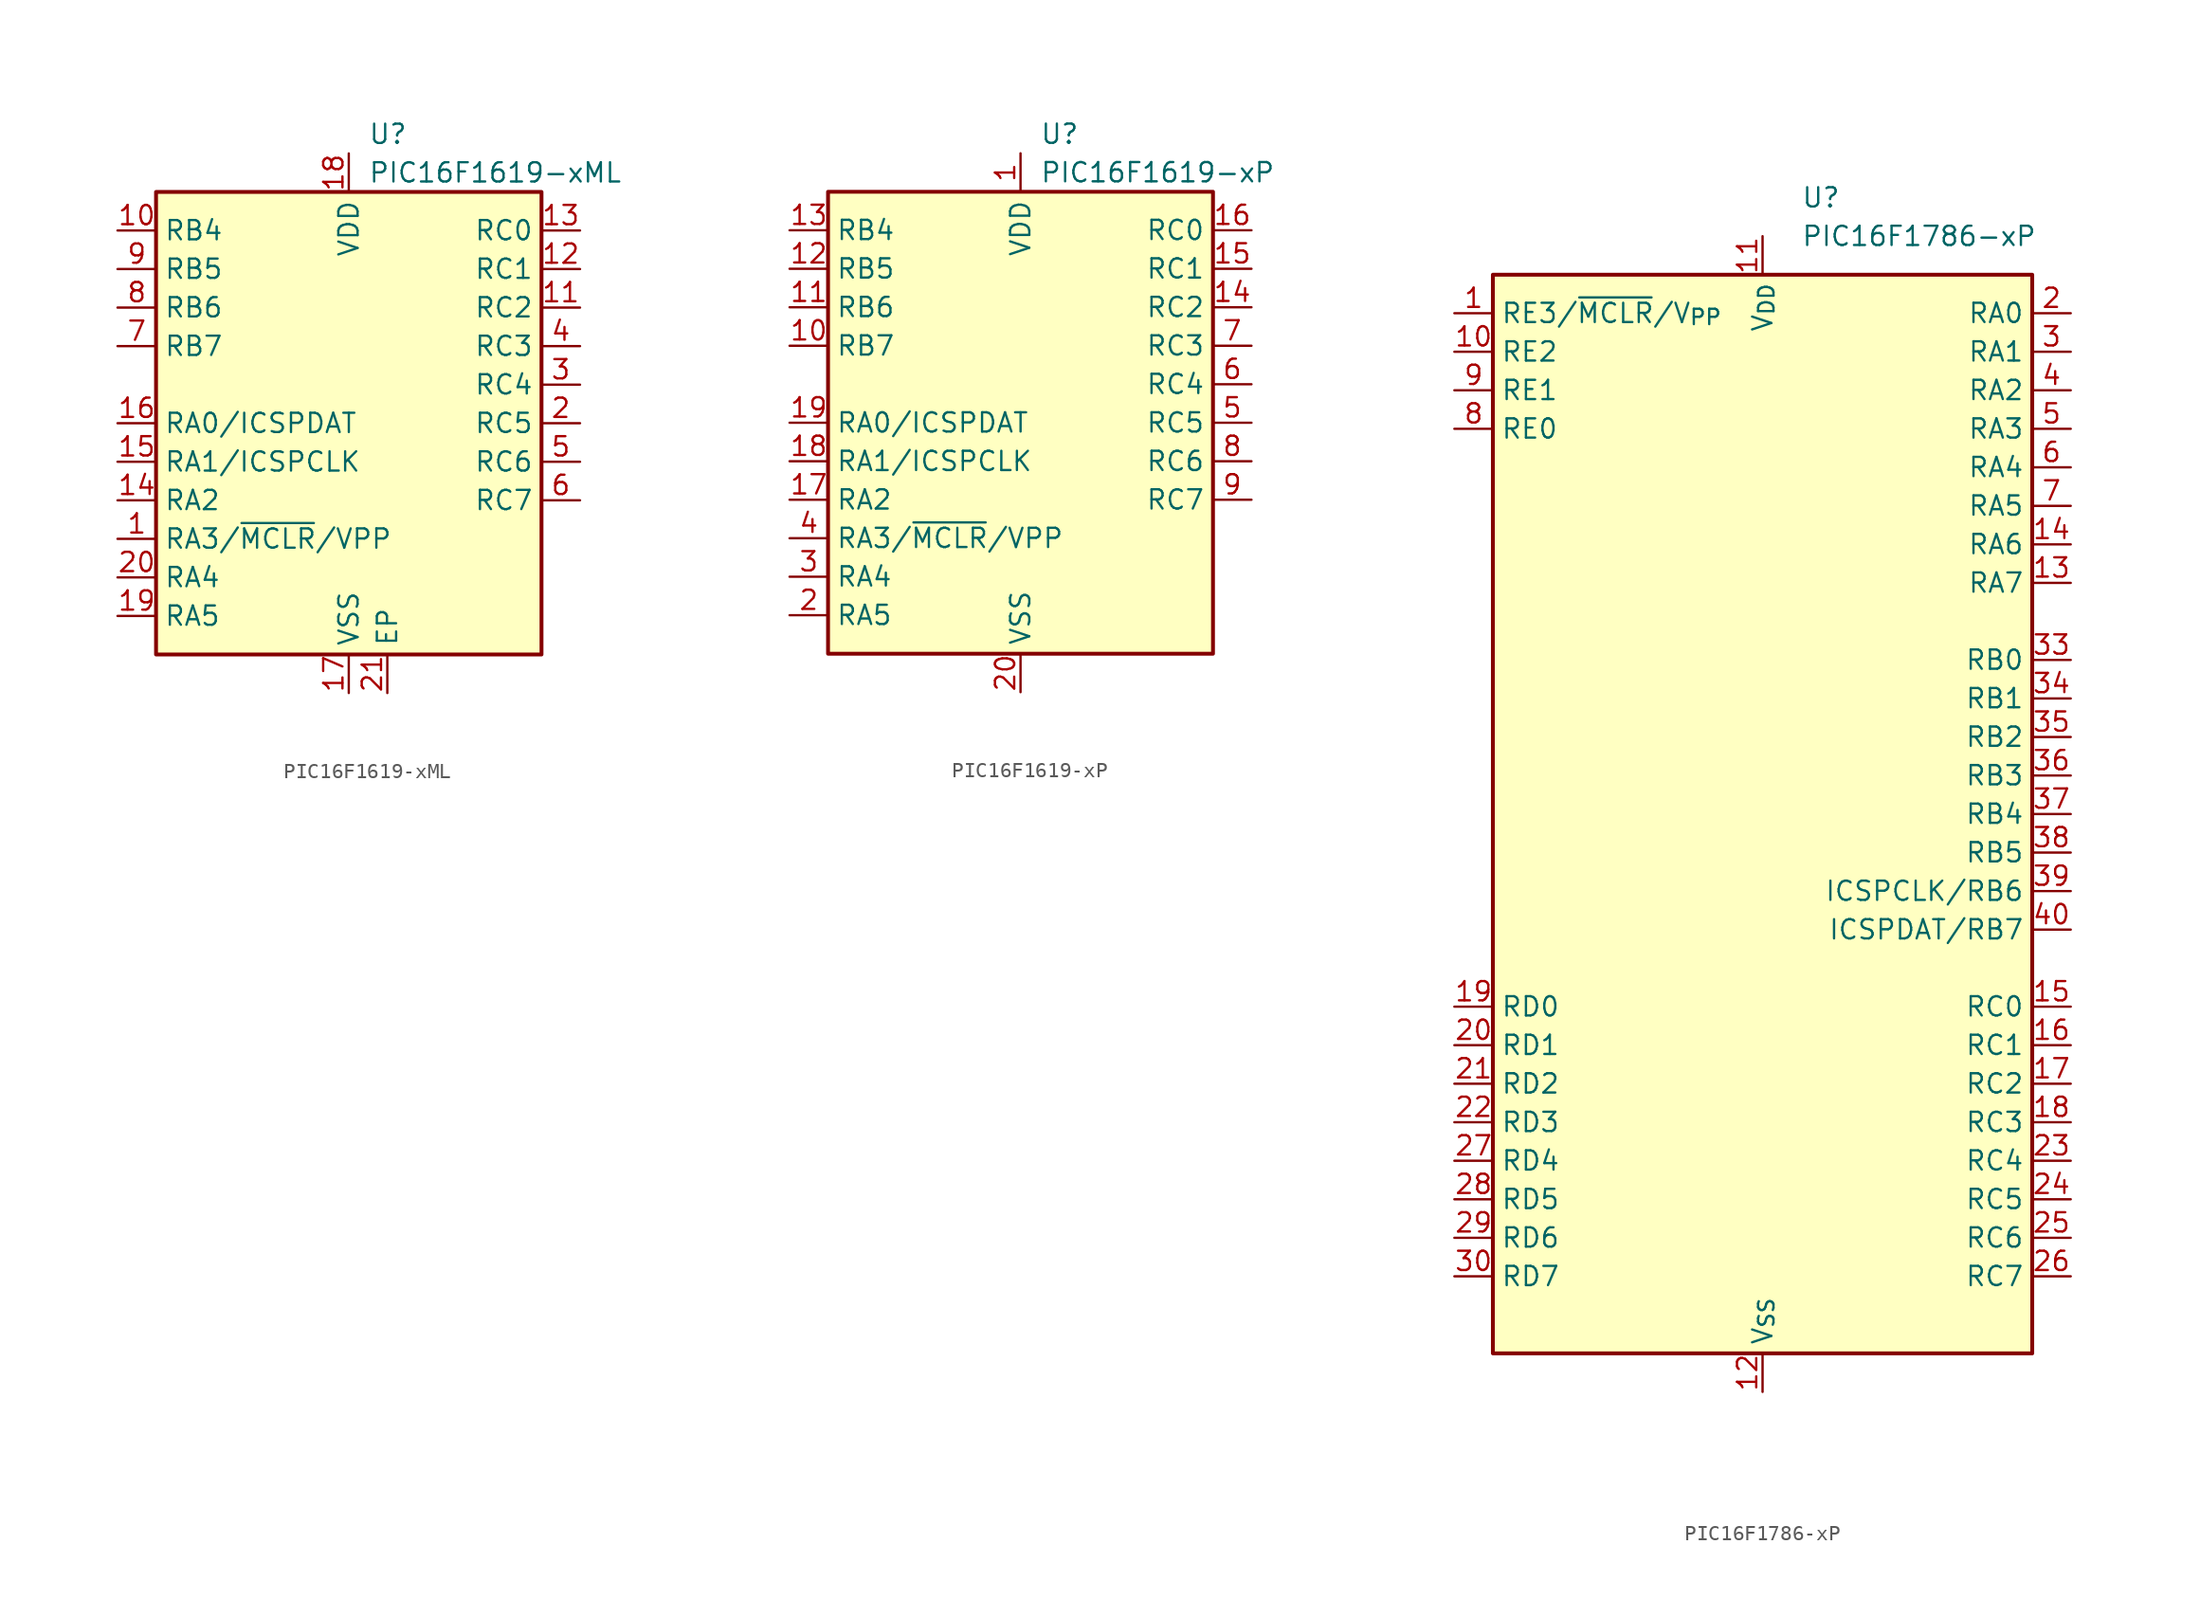
<source format=kicad_sym>
(kicad_symbol_lib
  (version 20241209)
  (generator "kicad_symbol_editor")
  (generator_version "9.0")
  (symbol "PIC16F1619-xML"
    (property "Reference" "U"
      (at 1.27 19.05 0)
      (effects (font (size 1.27 1.27)) (justify left)))
    (property "Value" "PIC16F1619-xML"
      (at 1.27 16.51 0)
      (effects (font (size 1.27 1.27)) (justify left)))
    (symbol "PIC16F1619-xML_0_0"
      (pin passive line (at 2.54 -17.78 90) (length 2.54) (name "EP" (effects (font (size 1.27 1.27)))) (number "21" (effects (font (size 1.27 1.27))))))
    (symbol "PIC16F1619-xML_0_1"
      (rectangle (start -12.7 15.24) (end 12.7 -15.24) (stroke (width 0.254) (type default)) (fill (type background))))
    (symbol "PIC16F1619-xML_1_1"
      (pin bidirectional line (at -15.24 12.7 0) (length 2.54) (name "RB4" (effects (font (size 1.27 1.27)))) (number "10" (effects (font (size 1.27 1.27)))))
      (pin bidirectional line (at -15.24 10.16 0) (length 2.54) (name "RB5" (effects (font (size 1.27 1.27)))) (number "9" (effects (font (size 1.27 1.27)))))
      (pin bidirectional line (at -15.24 7.62 0) (length 2.54) (name "RB6" (effects (font (size 1.27 1.27)))) (number "8" (effects (font (size 1.27 1.27)))))
      (pin bidirectional line (at -15.24 5.08 0) (length 2.54) (name "RB7" (effects (font (size 1.27 1.27)))) (number "7" (effects (font (size 1.27 1.27)))))
      (pin bidirectional line (at -15.24 0 0) (length 2.54) (name "RA0/ICSPDAT" (effects (font (size 1.27 1.27)))) (number "16" (effects (font (size 1.27 1.27)))))
      (pin bidirectional line (at -15.24 -2.54 0) (length 2.54) (name "RA1/ICSPCLK" (effects (font (size 1.27 1.27)))) (number "15" (effects (font (size 1.27 1.27)))))
      (pin bidirectional line (at -15.24 -5.08 0) (length 2.54) (name "RA2" (effects (font (size 1.27 1.27)))) (number "14" (effects (font (size 1.27 1.27)))))
      (pin bidirectional line (at -15.24 -7.62 0) (length 2.54) (name "RA3/~{MCLR}/VPP" (effects (font (size 1.27 1.27)))) (number "1" (effects (font (size 1.27 1.27)))))
      (pin bidirectional line (at -15.24 -10.16 0) (length 2.54) (name "RA4" (effects (font (size 1.27 1.27)))) (number "20" (effects (font (size 1.27 1.27)))))
      (pin bidirectional line (at -15.24 -12.7 0) (length 2.54) (name "RA5" (effects (font (size 1.27 1.27)))) (number "19" (effects (font (size 1.27 1.27)))))
      (pin power_in line (at 0 17.78 270) (length 2.54) (name "VDD" (effects (font (size 1.27 1.27)))) (number "18" (effects (font (size 1.27 1.27)))))
      (pin power_in line (at 0 -17.78 90) (length 2.54) (name "VSS" (effects (font (size 1.27 1.27)))) (number "17" (effects (font (size 1.27 1.27)))))
      (pin bidirectional line (at 15.24 12.7 180) (length 2.54) (name "RC0" (effects (font (size 1.27 1.27)))) (number "13" (effects (font (size 1.27 1.27)))))
      (pin bidirectional line (at 15.24 10.16 180) (length 2.54) (name "RC1" (effects (font (size 1.27 1.27)))) (number "12" (effects (font (size 1.27 1.27)))))
      (pin bidirectional line (at 15.24 7.62 180) (length 2.54) (name "RC2" (effects (font (size 1.27 1.27)))) (number "11" (effects (font (size 1.27 1.27)))))
      (pin bidirectional line (at 15.24 5.08 180) (length 2.54) (name "RC3" (effects (font (size 1.27 1.27)))) (number "4" (effects (font (size 1.27 1.27)))))
      (pin bidirectional line (at 15.24 2.54 180) (length 2.54) (name "RC4" (effects (font (size 1.27 1.27)))) (number "3" (effects (font (size 1.27 1.27)))))
      (pin bidirectional line (at 15.24 0 180) (length 2.54) (name "RC5" (effects (font (size 1.27 1.27)))) (number "2" (effects (font (size 1.27 1.27)))))
      (pin bidirectional line (at 15.24 -2.54 180) (length 2.54) (name "RC6" (effects (font (size 1.27 1.27)))) (number "5" (effects (font (size 1.27 1.27)))))
      (pin bidirectional line (at 15.24 -5.08 180) (length 2.54) (name "RC7" (effects (font (size 1.27 1.27)))) (number "6" (effects (font (size 1.27 1.27)))))))
  (symbol "PIC16F1619-xP"
    (property "Reference" "U"
      (at 1.27 19.05 0)
      (effects (font (size 1.27 1.27)) (justify left)))
    (property "Value" "PIC16F1619-xP"
      (at 1.27 16.51 0)
      (effects (font (size 1.27 1.27)) (justify left)))
    (symbol "PIC16F1619-xP_0_1"
      (rectangle (start -12.7 15.24) (end 12.7 -15.24) (stroke (width 0.254) (type default)) (fill (type background))))
    (symbol "PIC16F1619-xP_1_1"
      (pin bidirectional line (at -15.24 12.7 0) (length 2.54) (name "RB4" (effects (font (size 1.27 1.27)))) (number "13" (effects (font (size 1.27 1.27)))))
      (pin bidirectional line (at -15.24 10.16 0) (length 2.54) (name "RB5" (effects (font (size 1.27 1.27)))) (number "12" (effects (font (size 1.27 1.27)))))
      (pin bidirectional line (at -15.24 7.62 0) (length 2.54) (name "RB6" (effects (font (size 1.27 1.27)))) (number "11" (effects (font (size 1.27 1.27)))))
      (pin bidirectional line (at -15.24 5.08 0) (length 2.54) (name "RB7" (effects (font (size 1.27 1.27)))) (number "10" (effects (font (size 1.27 1.27)))))
      (pin bidirectional line (at -15.24 0 0) (length 2.54) (name "RA0/ICSPDAT" (effects (font (size 1.27 1.27)))) (number "19" (effects (font (size 1.27 1.27)))))
      (pin bidirectional line (at -15.24 -2.54 0) (length 2.54) (name "RA1/ICSPCLK" (effects (font (size 1.27 1.27)))) (number "18" (effects (font (size 1.27 1.27)))))
      (pin bidirectional line (at -15.24 -5.08 0) (length 2.54) (name "RA2" (effects (font (size 1.27 1.27)))) (number "17" (effects (font (size 1.27 1.27)))))
      (pin bidirectional line (at -15.24 -7.62 0) (length 2.54) (name "RA3/~{MCLR}/VPP" (effects (font (size 1.27 1.27)))) (number "4" (effects (font (size 1.27 1.27)))))
      (pin bidirectional line (at -15.24 -10.16 0) (length 2.54) (name "RA4" (effects (font (size 1.27 1.27)))) (number "3" (effects (font (size 1.27 1.27)))))
      (pin bidirectional line (at -15.24 -12.7 0) (length 2.54) (name "RA5" (effects (font (size 1.27 1.27)))) (number "2" (effects (font (size 1.27 1.27)))))
      (pin power_in line (at 0 17.78 270) (length 2.54) (name "VDD" (effects (font (size 1.27 1.27)))) (number "1" (effects (font (size 1.27 1.27)))))
      (pin power_in line (at 0 -17.78 90) (length 2.54) (name "VSS" (effects (font (size 1.27 1.27)))) (number "20" (effects (font (size 1.27 1.27)))))
      (pin bidirectional line (at 15.24 12.7 180) (length 2.54) (name "RC0" (effects (font (size 1.27 1.27)))) (number "16" (effects (font (size 1.27 1.27)))))
      (pin bidirectional line (at 15.24 10.16 180) (length 2.54) (name "RC1" (effects (font (size 1.27 1.27)))) (number "15" (effects (font (size 1.27 1.27)))))
      (pin bidirectional line (at 15.24 7.62 180) (length 2.54) (name "RC2" (effects (font (size 1.27 1.27)))) (number "14" (effects (font (size 1.27 1.27)))))
      (pin bidirectional line (at 15.24 5.08 180) (length 2.54) (name "RC3" (effects (font (size 1.27 1.27)))) (number "7" (effects (font (size 1.27 1.27)))))
      (pin bidirectional line (at 15.24 2.54 180) (length 2.54) (name "RC4" (effects (font (size 1.27 1.27)))) (number "6" (effects (font (size 1.27 1.27)))))
      (pin bidirectional line (at 15.24 0 180) (length 2.54) (name "RC5" (effects (font (size 1.27 1.27)))) (number "5" (effects (font (size 1.27 1.27)))))
      (pin bidirectional line (at 15.24 -2.54 180) (length 2.54) (name "RC6" (effects (font (size 1.27 1.27)))) (number "8" (effects (font (size 1.27 1.27)))))
      (pin bidirectional line (at 15.24 -5.08 180) (length 2.54) (name "RC7" (effects (font (size 1.27 1.27)))) (number "9" (effects (font (size 1.27 1.27)))))))
  (symbol "PIC16F1786-xP"
    (property "Reference" "U"
      (at 2.54 40.64 0)
      (effects (font (size 1.27 1.27)) (justify left)))
    (property "Value" "PIC16F1786-xP"
      (at 2.54 38.1 0)
      (effects (font (size 1.27 1.27)) (justify left)))
    (symbol "PIC16F1786-xP_0_1"
      (rectangle (start -17.78 35.56) (end 17.78 -35.56) (stroke (width 0.254) (type default)) (fill (type background))))
    (symbol "PIC16F1786-xP_1_1"
      (pin input line (at -20.32 33.02 0) (length 2.54) (name "RE3/~{MCLR}/V_{PP}" (effects (font (size 1.27 1.27)))) (number "1" (effects (font (size 1.27 1.27)))))
      (pin bidirectional line (at -20.32 30.48 0) (length 2.54) (name "RE2" (effects (font (size 1.27 1.27)))) (number "10" (effects (font (size 1.27 1.27)))))
      (pin bidirectional line (at -20.32 27.94 0) (length 2.54) (name "RE1" (effects (font (size 1.27 1.27)))) (number "9" (effects (font (size 1.27 1.27)))))
      (pin bidirectional line (at -20.32 25.4 0) (length 2.54) (name "RE0" (effects (font (size 1.27 1.27)))) (number "8" (effects (font (size 1.27 1.27)))))
      (pin bidirectional line (at -20.32 -12.7 0) (length 2.54) (name "RD0" (effects (font (size 1.27 1.27)))) (number "19" (effects (font (size 1.27 1.27)))))
      (pin bidirectional line (at -20.32 -15.24 0) (length 2.54) (name "RD1" (effects (font (size 1.27 1.27)))) (number "20" (effects (font (size 1.27 1.27)))))
      (pin bidirectional line (at -20.32 -17.78 0) (length 2.54) (name "RD2" (effects (font (size 1.27 1.27)))) (number "21" (effects (font (size 1.27 1.27)))))
      (pin bidirectional line (at -20.32 -20.32 0) (length 2.54) (name "RD3" (effects (font (size 1.27 1.27)))) (number "22" (effects (font (size 1.27 1.27)))))
      (pin bidirectional line (at -20.32 -22.86 0) (length 2.54) (name "RD4" (effects (font (size 1.27 1.27)))) (number "27" (effects (font (size 1.27 1.27)))))
      (pin bidirectional line (at -20.32 -25.4 0) (length 2.54) (name "RD5" (effects (font (size 1.27 1.27)))) (number "28" (effects (font (size 1.27 1.27)))))
      (pin bidirectional line (at -20.32 -27.94 0) (length 2.54) (name "RD6" (effects (font (size 1.27 1.27)))) (number "29" (effects (font (size 1.27 1.27)))))
      (pin bidirectional line (at -20.32 -30.48 0) (length 2.54) (name "RD7" (effects (font (size 1.27 1.27)))) (number "30" (effects (font (size 1.27 1.27)))))
      (pin power_in line (at 0 38.1 270) (length 2.54) (name "V_{DD}" (effects (font (size 1.27 1.27)))) (number "11" (effects (font (size 1.27 1.27)))))
      (pin passive line (at 0 38.1 270) (length 2.54) (hide yes) (name "V_{DD}" (effects (font (size 1.27 1.27)))) (number "32" (effects (font (size 1.27 1.27)))))
      (pin power_in line (at 0 -38.1 90) (length 2.54) (name "V_{SS}" (effects (font (size 1.27 1.27)))) (number "12" (effects (font (size 1.27 1.27)))))
      (pin passive line (at 0 -38.1 90) (length 2.54) (hide yes) (name "V_{SS}" (effects (font (size 1.27 1.27)))) (number "31" (effects (font (size 1.27 1.27)))))
      (pin bidirectional line (at 20.32 33.02 180) (length 2.54) (name "RA0" (effects (font (size 1.27 1.27)))) (number "2" (effects (font (size 1.27 1.27)))))
      (pin bidirectional line (at 20.32 30.48 180) (length 2.54) (name "RA1" (effects (font (size 1.27 1.27)))) (number "3" (effects (font (size 1.27 1.27)))))
      (pin bidirectional line (at 20.32 27.94 180) (length 2.54) (name "RA2" (effects (font (size 1.27 1.27)))) (number "4" (effects (font (size 1.27 1.27)))))
      (pin bidirectional line (at 20.32 25.4 180) (length 2.54) (name "RA3" (effects (font (size 1.27 1.27)))) (number "5" (effects (font (size 1.27 1.27)))))
      (pin bidirectional line (at 20.32 22.86 180) (length 2.54) (name "RA4" (effects (font (size 1.27 1.27)))) (number "6" (effects (font (size 1.27 1.27)))))
      (pin bidirectional line (at 20.32 20.32 180) (length 2.54) (name "RA5" (effects (font (size 1.27 1.27)))) (number "7" (effects (font (size 1.27 1.27)))))
      (pin bidirectional line (at 20.32 17.78 180) (length 2.54) (name "RA6" (effects (font (size 1.27 1.27)))) (number "14" (effects (font (size 1.27 1.27)))))
      (pin bidirectional line (at 20.32 15.24 180) (length 2.54) (name "RA7" (effects (font (size 1.27 1.27)))) (number "13" (effects (font (size 1.27 1.27)))))
      (pin bidirectional line (at 20.32 10.16 180) (length 2.54) (name "RB0" (effects (font (size 1.27 1.27)))) (number "33" (effects (font (size 1.27 1.27)))))
      (pin bidirectional line (at 20.32 7.62 180) (length 2.54) (name "RB1" (effects (font (size 1.27 1.27)))) (number "34" (effects (font (size 1.27 1.27)))))
      (pin bidirectional line (at 20.32 5.08 180) (length 2.54) (name "RB2" (effects (font (size 1.27 1.27)))) (number "35" (effects (font (size 1.27 1.27)))))
      (pin bidirectional line (at 20.32 2.54 180) (length 2.54) (name "RB3" (effects (font (size 1.27 1.27)))) (number "36" (effects (font (size 1.27 1.27)))))
      (pin bidirectional line (at 20.32 0 180) (length 2.54) (name "RB4" (effects (font (size 1.27 1.27)))) (number "37" (effects (font (size 1.27 1.27)))))
      (pin bidirectional line (at 20.32 -2.54 180) (length 2.54) (name "RB5" (effects (font (size 1.27 1.27)))) (number "38" (effects (font (size 1.27 1.27)))))
      (pin bidirectional line (at 20.32 -5.08 180) (length 2.54) (name "ICSPCLK/RB6" (effects (font (size 1.27 1.27)))) (number "39" (effects (font (size 1.27 1.27)))))
      (pin bidirectional line (at 20.32 -7.62 180) (length 2.54) (name "ICSPDAT/RB7" (effects (font (size 1.27 1.27)))) (number "40" (effects (font (size 1.27 1.27)))))
      (pin bidirectional line (at 20.32 -12.7 180) (length 2.54) (name "RC0" (effects (font (size 1.27 1.27)))) (number "15" (effects (font (size 1.27 1.27)))))
      (pin bidirectional line (at 20.32 -15.24 180) (length 2.54) (name "RC1" (effects (font (size 1.27 1.27)))) (number "16" (effects (font (size 1.27 1.27)))))
      (pin bidirectional line (at 20.32 -17.78 180) (length 2.54) (name "RC2" (effects (font (size 1.27 1.27)))) (number "17" (effects (font (size 1.27 1.27)))))
      (pin bidirectional line (at 20.32 -20.32 180) (length 2.54) (name "RC3" (effects (font (size 1.27 1.27)))) (number "18" (effects (font (size 1.27 1.27)))))
      (pin bidirectional line (at 20.32 -22.86 180) (length 2.54) (name "RC4" (effects (font (size 1.27 1.27)))) (number "23" (effects (font (size 1.27 1.27)))))
      (pin bidirectional line (at 20.32 -25.4 180) (length 2.54) (name "RC5" (effects (font (size 1.27 1.27)))) (number "24" (effects (font (size 1.27 1.27)))))
      (pin bidirectional line (at 20.32 -27.94 180) (length 2.54) (name "RC6" (effects (font (size 1.27 1.27)))) (number "25" (effects (font (size 1.27 1.27)))))
      (pin bidirectional line (at 20.32 -30.48 180) (length 2.54) (name "RC7" (effects (font (size 1.27 1.27)))) (number "26" (effects (font (size 1.27 1.27))))))))
</source>
